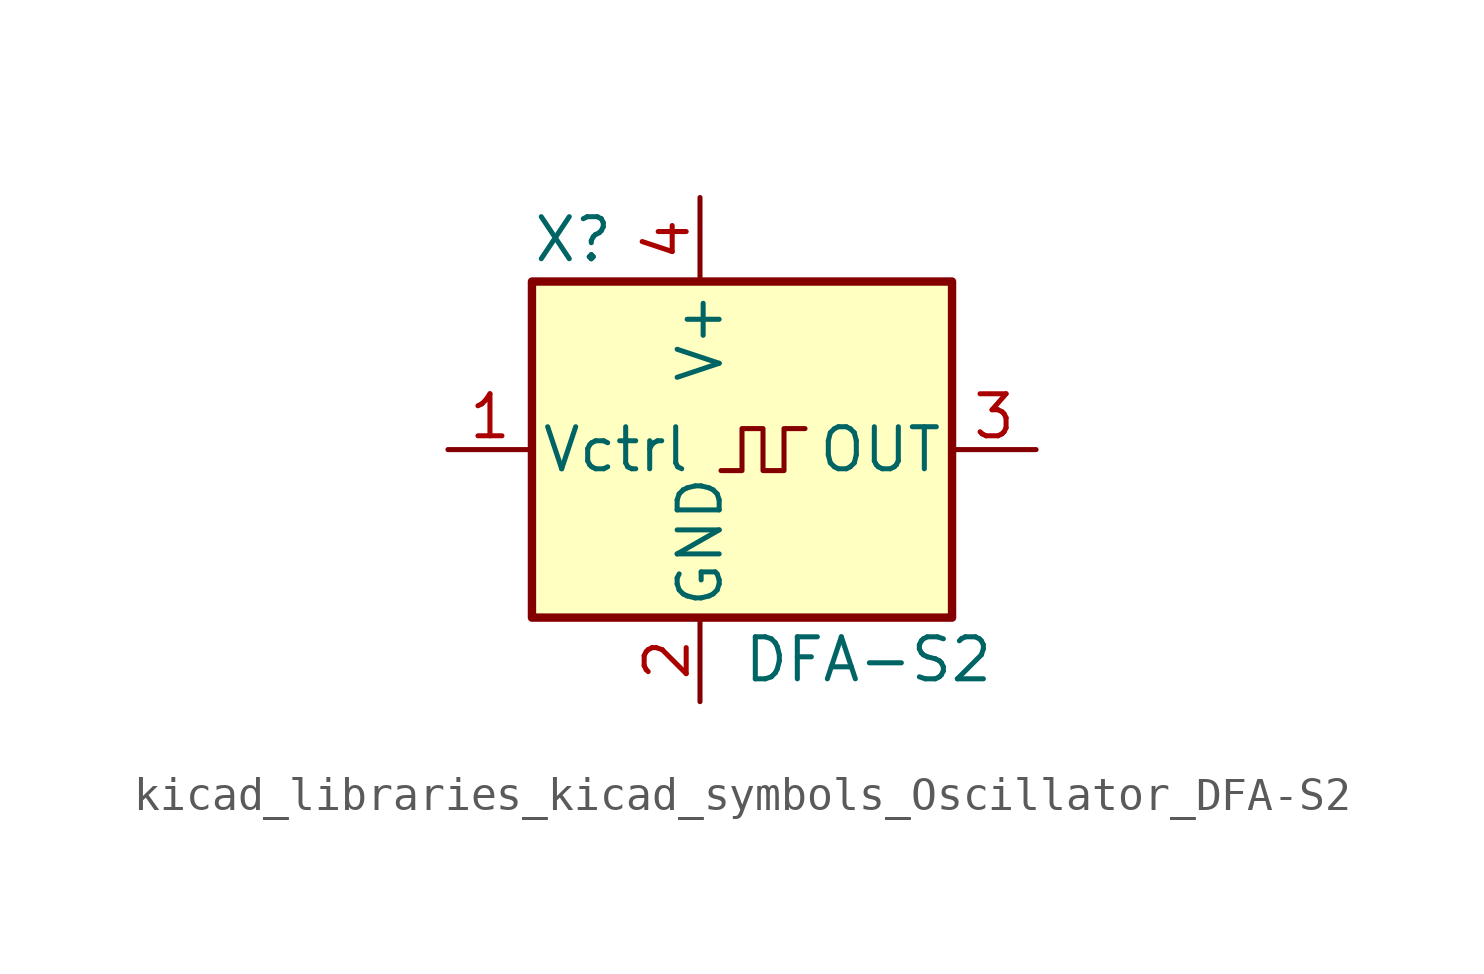
<source format=kicad_sym>
(kicad_symbol_lib
  (version 20220914)
  (generator kicad_symbol_editor)
  (symbol "kicad_libraries_kicad_symbols_Oscillator_DFA-S2"
    (pin_names
      (offset 0.254))
    (property "Reference" "X"
      (at -5.08 6.35 0)
      (effects (font (size 1.27 1.27)) (justify left)))
    (property "Value" "DFA-S2"
      (at 1.27 -6.35 0)
      (effects (font (size 1.27 1.27)) (justify left)))
    (symbol "kicad_libraries_kicad_symbols_Oscillator_DFA-S2_0_1"
      (rectangle (start -5.08 5.08) (end 7.62 -5.08) (stroke (width 0.254) (type default)) (fill (type background)))
      (polyline (pts (xy 0.635 -0.635) (xy 1.27 -0.635) (xy 1.27 0.635) (xy 1.905 0.635) (xy 1.905 -0.635) (xy 2.54 -0.635) (xy 2.54 0.635) (xy 3.175 0.635)) (stroke (width 0) (type default)) (fill (type none))))
    (symbol "kicad_libraries_kicad_symbols_Oscillator_DFA-S2_1_1"
      (pin input line (at -7.62 0 0) (length 2.54) (name "Vctrl" (effects (font (size 1.27 1.27)))) (number "1" (effects (font (size 1.27 1.27)))))
      (pin power_in line (at 0 -7.62 90) (length 2.54) (name "GND" (effects (font (size 1.27 1.27)))) (number "2" (effects (font (size 1.27 1.27)))))
      (pin output line (at 10.16 0 180) (length 2.54) (name "OUT" (effects (font (size 1.27 1.27)))) (number "3" (effects (font (size 1.27 1.27)))))
      (pin power_in line (at 0 7.62 270) (length 2.54) (name "V+" (effects (font (size 1.27 1.27)))) (number "4" (effects (font (size 1.27 1.27))))))))
</source>
